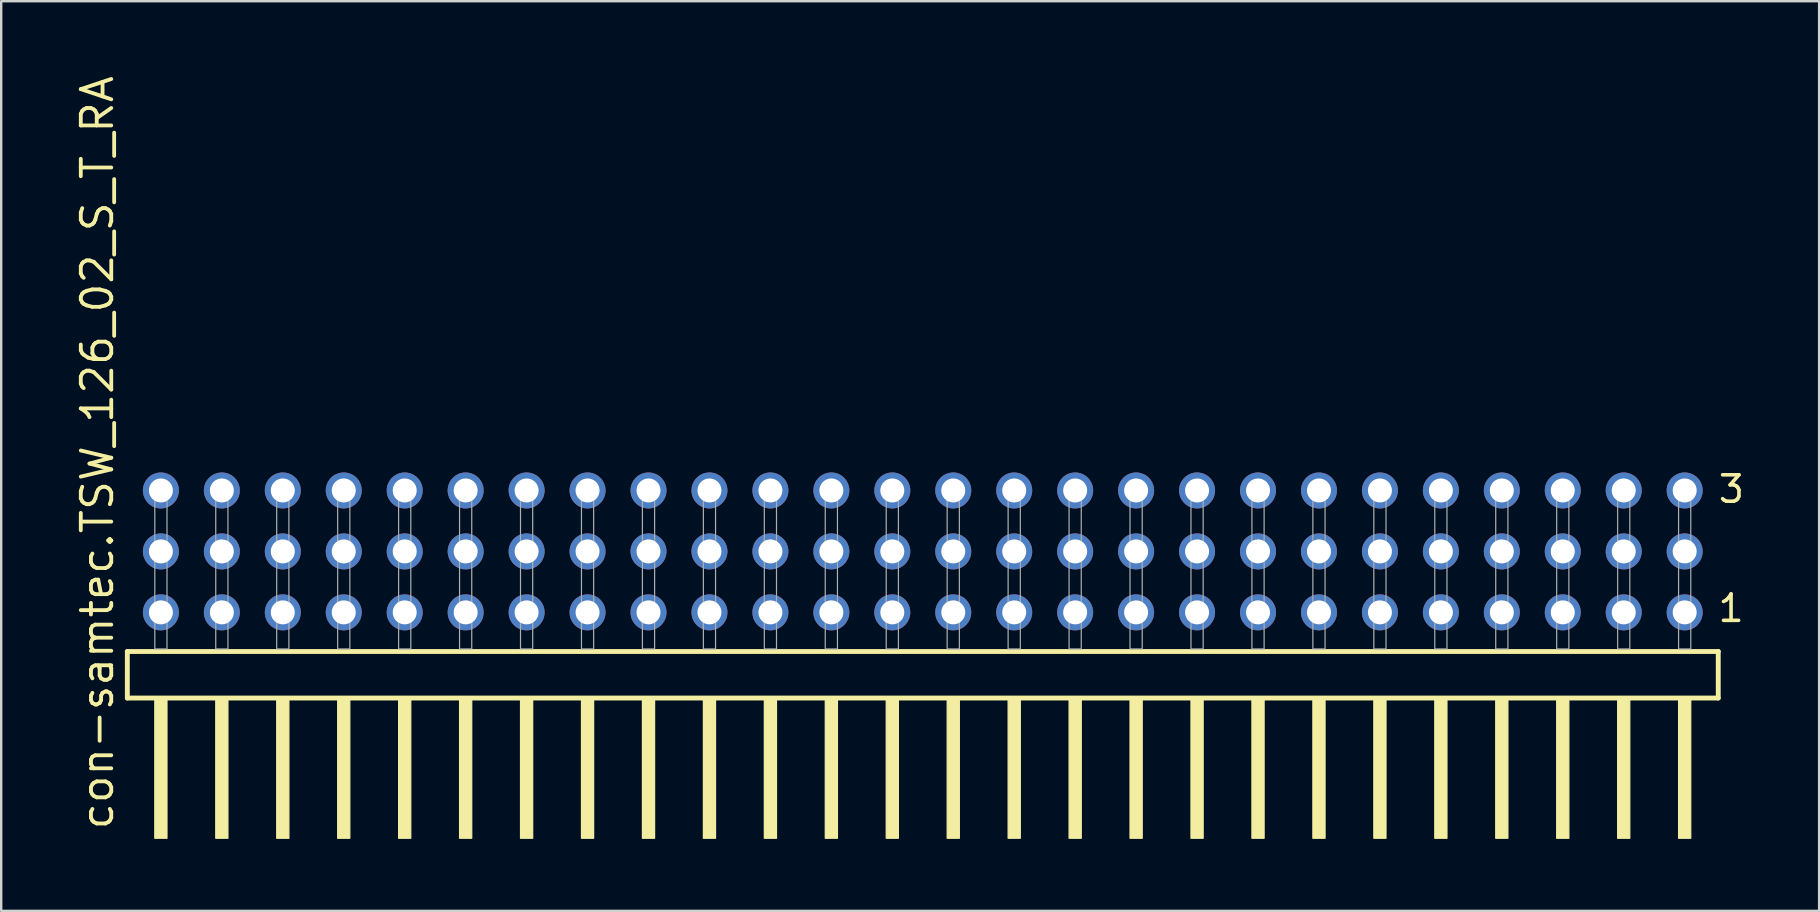
<source format=kicad_pcb>
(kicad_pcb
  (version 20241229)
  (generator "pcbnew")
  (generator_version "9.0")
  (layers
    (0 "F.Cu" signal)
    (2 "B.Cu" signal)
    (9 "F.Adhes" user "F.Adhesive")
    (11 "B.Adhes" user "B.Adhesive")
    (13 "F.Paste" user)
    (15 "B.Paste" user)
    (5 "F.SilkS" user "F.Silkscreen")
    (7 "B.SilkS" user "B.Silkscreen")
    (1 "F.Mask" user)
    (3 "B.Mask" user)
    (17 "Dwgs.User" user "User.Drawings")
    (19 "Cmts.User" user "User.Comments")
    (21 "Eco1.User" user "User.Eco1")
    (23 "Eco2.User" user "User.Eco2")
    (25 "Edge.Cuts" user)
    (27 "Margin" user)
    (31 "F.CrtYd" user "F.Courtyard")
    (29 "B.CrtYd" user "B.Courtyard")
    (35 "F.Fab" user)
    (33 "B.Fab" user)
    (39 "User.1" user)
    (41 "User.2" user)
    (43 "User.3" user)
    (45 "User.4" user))
  (footprint "con-samtec.TSW_126_02_S_T_RA"
    (layer "F.Cu")
    (at 35.405 23.993)
    (property "Reference" "con-samtec.TSW_126_02_S_T_RA" (at -33.655 7.62 90) (layer "F.SilkS") (effects (font (size 1.27 1.27) (thickness 0.16)) (justify left bottom)))
    (attr through_hole)
    (fp_line (start -33.149 0.106) (end -33.149 2.046) (stroke (width 0.203) (type default)) (layer "F.SilkS"))
    (fp_line (start -33.149 2.046) (end 33.149 2.046) (stroke (width 0.203) (type default)) (layer "F.SilkS"))
    (fp_line (start 33.149 0.106) (end -33.149 0.106) (stroke (width 0.203) (type default)) (layer "F.SilkS"))
    (fp_line (start 33.149 2.046) (end 33.149 0.106) (stroke (width 0.203) (type default)) (layer "F.SilkS"))
    (fp_rect (start -32.004 7.89) (end -31.496 2.04) (stroke (width 0.05) (type default)) (fill yes) (layer "F.SilkS"))
    (fp_rect (start -29.464 7.89) (end -28.956 2.04) (stroke (width 0.05) (type default)) (fill yes) (layer "F.SilkS"))
    (fp_rect (start -26.924 7.89) (end -26.416 2.04) (stroke (width 0.05) (type default)) (fill yes) (layer "F.SilkS"))
    (fp_rect (start -24.384 7.89) (end -23.876 2.04) (stroke (width 0.05) (type default)) (fill yes) (layer "F.SilkS"))
    (fp_rect (start -21.844 7.89) (end -21.336 2.04) (stroke (width 0.05) (type default)) (fill yes) (layer "F.SilkS"))
    (fp_rect (start -19.304 7.89) (end -18.796 2.04) (stroke (width 0.05) (type default)) (fill yes) (layer "F.SilkS"))
    (fp_rect (start -16.764 7.89) (end -16.256 2.04) (stroke (width 0.05) (type default)) (fill yes) (layer "F.SilkS"))
    (fp_rect (start -14.224 7.89) (end -13.716 2.04) (stroke (width 0.05) (type default)) (fill yes) (layer "F.SilkS"))
    (fp_rect (start -11.684 7.89) (end -11.176 2.04) (stroke (width 0.05) (type default)) (fill yes) (layer "F.SilkS"))
    (fp_rect (start -9.144 7.89) (end -8.636 2.04) (stroke (width 0.05) (type default)) (fill yes) (layer "F.SilkS"))
    (fp_rect (start -6.604 7.89) (end -6.096 2.04) (stroke (width 0.05) (type default)) (fill yes) (layer "F.SilkS"))
    (fp_rect (start -4.064 7.89) (end -3.556 2.04) (stroke (width 0.05) (type default)) (fill yes) (layer "F.SilkS"))
    (fp_rect (start -1.524 7.89) (end -1.016 2.04) (stroke (width 0.05) (type default)) (fill yes) (layer "F.SilkS"))
    (fp_rect (start 1.016 7.89) (end 1.524 2.04) (stroke (width 0.05) (type default)) (fill yes) (layer "F.SilkS"))
    (fp_rect (start 3.556 7.89) (end 4.064 2.04) (stroke (width 0.05) (type default)) (fill yes) (layer "F.SilkS"))
    (fp_rect (start 6.096 7.89) (end 6.604 2.04) (stroke (width 0.05) (type default)) (fill yes) (layer "F.SilkS"))
    (fp_rect (start 8.636 7.89) (end 9.144 2.04) (stroke (width 0.05) (type default)) (fill yes) (layer "F.SilkS"))
    (fp_rect (start 11.176 7.89) (end 11.684 2.04) (stroke (width 0.05) (type default)) (fill yes) (layer "F.SilkS"))
    (fp_rect (start 13.716 7.89) (end 14.224 2.04) (stroke (width 0.05) (type default)) (fill yes) (layer "F.SilkS"))
    (fp_rect (start 16.256 7.89) (end 16.764 2.04) (stroke (width 0.05) (type default)) (fill yes) (layer "F.SilkS"))
    (fp_rect (start 18.796 7.89) (end 19.304 2.04) (stroke (width 0.05) (type default)) (fill yes) (layer "F.SilkS"))
    (fp_rect (start 21.336 7.89) (end 21.844 2.04) (stroke (width 0.05) (type default)) (fill yes) (layer "F.SilkS"))
    (fp_rect (start 23.876 7.89) (end 24.384 2.04) (stroke (width 0.05) (type default)) (fill yes) (layer "F.SilkS"))
    (fp_rect (start 26.416 7.89) (end 26.924 2.04) (stroke (width 0.05) (type default)) (fill yes) (layer "F.SilkS"))
    (fp_rect (start 28.956 7.89) (end 29.464 2.04) (stroke (width 0.05) (type default)) (fill yes) (layer "F.SilkS"))
    (fp_rect (start 31.496 7.89) (end 32.004 2.04) (stroke (width 0.05) (type default)) (fill yes) (layer "F.SilkS"))
    (fp_rect (start -32.004 0) (end -31.496 -6.858) (stroke (width 0.05) (type default)) (fill no) (layer "F.Fab"))
    (fp_rect (start -29.464 0) (end -28.956 -6.858) (stroke (width 0.05) (type default)) (fill no) (layer "F.Fab"))
    (fp_rect (start -26.924 0) (end -26.416 -6.858) (stroke (width 0.05) (type default)) (fill no) (layer "F.Fab"))
    (fp_rect (start -24.384 0) (end -23.876 -6.858) (stroke (width 0.05) (type default)) (fill no) (layer "F.Fab"))
    (fp_rect (start -21.844 0) (end -21.336 -6.858) (stroke (width 0.05) (type default)) (fill no) (layer "F.Fab"))
    (fp_rect (start -19.304 0) (end -18.796 -6.858) (stroke (width 0.05) (type default)) (fill no) (layer "F.Fab"))
    (fp_rect (start -16.764 0) (end -16.256 -6.858) (stroke (width 0.05) (type default)) (fill no) (layer "F.Fab"))
    (fp_rect (start -14.224 0) (end -13.716 -6.858) (stroke (width 0.05) (type default)) (fill no) (layer "F.Fab"))
    (fp_rect (start -11.684 0) (end -11.176 -6.858) (stroke (width 0.05) (type default)) (fill no) (layer "F.Fab"))
    (fp_rect (start -9.144 0) (end -8.636 -6.858) (stroke (width 0.05) (type default)) (fill no) (layer "F.Fab"))
    (fp_rect (start -6.604 0) (end -6.096 -6.858) (stroke (width 0.05) (type default)) (fill no) (layer "F.Fab"))
    (fp_rect (start -4.064 0) (end -3.556 -6.858) (stroke (width 0.05) (type default)) (fill no) (layer "F.Fab"))
    (fp_rect (start -1.524 0) (end -1.016 -6.858) (stroke (width 0.05) (type default)) (fill no) (layer "F.Fab"))
    (fp_rect (start 1.016 0) (end 1.524 -6.858) (stroke (width 0.05) (type default)) (fill no) (layer "F.Fab"))
    (fp_rect (start 3.556 0) (end 4.064 -6.858) (stroke (width 0.05) (type default)) (fill no) (layer "F.Fab"))
    (fp_rect (start 6.096 0) (end 6.604 -6.858) (stroke (width 0.05) (type default)) (fill no) (layer "F.Fab"))
    (fp_rect (start 8.636 0) (end 9.144 -6.858) (stroke (width 0.05) (type default)) (fill no) (layer "F.Fab"))
    (fp_rect (start 11.176 0) (end 11.684 -6.858) (stroke (width 0.05) (type default)) (fill no) (layer "F.Fab"))
    (fp_rect (start 13.716 0) (end 14.224 -6.858) (stroke (width 0.05) (type default)) (fill no) (layer "F.Fab"))
    (fp_rect (start 16.256 0) (end 16.764 -6.858) (stroke (width 0.05) (type default)) (fill no) (layer "F.Fab"))
    (fp_rect (start 18.796 0) (end 19.304 -6.858) (stroke (width 0.05) (type default)) (fill no) (layer "F.Fab"))
    (fp_rect (start 21.336 0) (end 21.844 -6.858) (stroke (width 0.05) (type default)) (fill no) (layer "F.Fab"))
    (fp_rect (start 23.876 0) (end 24.384 -6.858) (stroke (width 0.05) (type default)) (fill no) (layer "F.Fab"))
    (fp_rect (start 26.416 0) (end 26.924 -6.858) (stroke (width 0.05) (type default)) (fill no) (layer "F.Fab"))
    (fp_rect (start 28.956 0) (end 29.464 -6.858) (stroke (width 0.05) (type default)) (fill no) (layer "F.Fab"))
    (fp_rect (start 31.496 0) (end 32.004 -6.858) (stroke (width 0.05) (type default)) (fill no) (layer "F.Fab"))
    (fp_text user "3" (at 33.075 -6.015 0) (layer "F.SilkS") (effects (font (size 1.1 1.1) (thickness 0.15)) (justify left bottom)))
    (fp_text user "1" (at 33.06 -1.05 0) (layer "F.SilkS") (effects (font (size 1.1 1.1) (thickness 0.15)) (justify left bottom)))
    (pad "1" thru_hole circle (at 31.75 -1.524 180) (size 1.5 1.5) (drill 1) (layers "*.Cu" "*.Mask"))
    (pad "2" thru_hole circle (at 31.75 -4.064 180) (size 1.5 1.5) (drill 1) (layers "*.Cu" "*.Mask"))
    (pad "3" thru_hole circle (at 31.75 -6.604 180) (size 1.5 1.5) (drill 1) (layers "*.Cu" "*.Mask"))
    (pad "4" thru_hole circle (at 29.21 -1.524 180) (size 1.5 1.5) (drill 1) (layers "*.Cu" "*.Mask"))
    (pad "5" thru_hole circle (at 29.21 -4.064 180) (size 1.5 1.5) (drill 1) (layers "*.Cu" "*.Mask"))
    (pad "6" thru_hole circle (at 29.21 -6.604 180) (size 1.5 1.5) (drill 1) (layers "*.Cu" "*.Mask"))
    (pad "7" thru_hole circle (at 26.67 -1.524 180) (size 1.5 1.5) (drill 1) (layers "*.Cu" "*.Mask"))
    (pad "8" thru_hole circle (at 26.67 -4.064 180) (size 1.5 1.5) (drill 1) (layers "*.Cu" "*.Mask"))
    (pad "9" thru_hole circle (at 26.67 -6.604 180) (size 1.5 1.5) (drill 1) (layers "*.Cu" "*.Mask"))
    (pad "10" thru_hole circle (at 24.13 -1.524 180) (size 1.5 1.5) (drill 1) (layers "*.Cu" "*.Mask"))
    (pad "11" thru_hole circle (at 24.13 -4.064 180) (size 1.5 1.5) (drill 1) (layers "*.Cu" "*.Mask"))
    (pad "12" thru_hole circle (at 24.13 -6.604 180) (size 1.5 1.5) (drill 1) (layers "*.Cu" "*.Mask"))
    (pad "13" thru_hole circle (at 21.59 -1.524 180) (size 1.5 1.5) (drill 1) (layers "*.Cu" "*.Mask"))
    (pad "14" thru_hole circle (at 21.59 -4.064 180) (size 1.5 1.5) (drill 1) (layers "*.Cu" "*.Mask"))
    (pad "15" thru_hole circle (at 21.59 -6.604 180) (size 1.5 1.5) (drill 1) (layers "*.Cu" "*.Mask"))
    (pad "16" thru_hole circle (at 19.05 -1.524 180) (size 1.5 1.5) (drill 1) (layers "*.Cu" "*.Mask"))
    (pad "17" thru_hole circle (at 19.05 -4.064 180) (size 1.5 1.5) (drill 1) (layers "*.Cu" "*.Mask"))
    (pad "18" thru_hole circle (at 19.05 -6.604 180) (size 1.5 1.5) (drill 1) (layers "*.Cu" "*.Mask"))
    (pad "19" thru_hole circle (at 16.51 -1.524 180) (size 1.5 1.5) (drill 1) (layers "*.Cu" "*.Mask"))
    (pad "20" thru_hole circle (at 16.51 -4.064 180) (size 1.5 1.5) (drill 1) (layers "*.Cu" "*.Mask"))
    (pad "21" thru_hole circle (at 16.51 -6.604 180) (size 1.5 1.5) (drill 1) (layers "*.Cu" "*.Mask"))
    (pad "22" thru_hole circle (at 13.97 -1.524 180) (size 1.5 1.5) (drill 1) (layers "*.Cu" "*.Mask"))
    (pad "23" thru_hole circle (at 13.97 -4.064 180) (size 1.5 1.5) (drill 1) (layers "*.Cu" "*.Mask"))
    (pad "24" thru_hole circle (at 13.97 -6.604 180) (size 1.5 1.5) (drill 1) (layers "*.Cu" "*.Mask"))
    (pad "25" thru_hole circle (at 11.43 -1.524 180) (size 1.5 1.5) (drill 1) (layers "*.Cu" "*.Mask"))
    (pad "26" thru_hole circle (at 11.43 -4.064 180) (size 1.5 1.5) (drill 1) (layers "*.Cu" "*.Mask"))
    (pad "27" thru_hole circle (at 11.43 -6.604 180) (size 1.5 1.5) (drill 1) (layers "*.Cu" "*.Mask"))
    (pad "28" thru_hole circle (at 8.89 -1.524 180) (size 1.5 1.5) (drill 1) (layers "*.Cu" "*.Mask"))
    (pad "29" thru_hole circle (at 8.89 -4.064 180) (size 1.5 1.5) (drill 1) (layers "*.Cu" "*.Mask"))
    (pad "30" thru_hole circle (at 8.89 -6.604 180) (size 1.5 1.5) (drill 1) (layers "*.Cu" "*.Mask"))
    (pad "31" thru_hole circle (at 6.35 -1.524 180) (size 1.5 1.5) (drill 1) (layers "*.Cu" "*.Mask"))
    (pad "32" thru_hole circle (at 6.35 -4.064 180) (size 1.5 1.5) (drill 1) (layers "*.Cu" "*.Mask"))
    (pad "33" thru_hole circle (at 6.35 -6.604 180) (size 1.5 1.5) (drill 1) (layers "*.Cu" "*.Mask"))
    (pad "34" thru_hole circle (at 3.81 -1.524 180) (size 1.5 1.5) (drill 1) (layers "*.Cu" "*.Mask"))
    (pad "35" thru_hole circle (at 3.81 -4.064 180) (size 1.5 1.5) (drill 1) (layers "*.Cu" "*.Mask"))
    (pad "36" thru_hole circle (at 3.81 -6.604 180) (size 1.5 1.5) (drill 1) (layers "*.Cu" "*.Mask"))
    (pad "37" thru_hole circle (at 1.27 -1.524 180) (size 1.5 1.5) (drill 1) (layers "*.Cu" "*.Mask"))
    (pad "38" thru_hole circle (at 1.27 -4.064 180) (size 1.5 1.5) (drill 1) (layers "*.Cu" "*.Mask"))
    (pad "39" thru_hole circle (at 1.27 -6.604 180) (size 1.5 1.5) (drill 1) (layers "*.Cu" "*.Mask"))
    (pad "40" thru_hole circle (at -1.27 -1.524 180) (size 1.5 1.5) (drill 1) (layers "*.Cu" "*.Mask"))
    (pad "41" thru_hole circle (at -1.27 -4.064 180) (size 1.5 1.5) (drill 1) (layers "*.Cu" "*.Mask"))
    (pad "42" thru_hole circle (at -1.27 -6.604 180) (size 1.5 1.5) (drill 1) (layers "*.Cu" "*.Mask"))
    (pad "43" thru_hole circle (at -3.81 -1.524 180) (size 1.5 1.5) (drill 1) (layers "*.Cu" "*.Mask"))
    (pad "44" thru_hole circle (at -3.81 -4.064 180) (size 1.5 1.5) (drill 1) (layers "*.Cu" "*.Mask"))
    (pad "45" thru_hole circle (at -3.81 -6.604 180) (size 1.5 1.5) (drill 1) (layers "*.Cu" "*.Mask"))
    (pad "46" thru_hole circle (at -6.35 -1.524 180) (size 1.5 1.5) (drill 1) (layers "*.Cu" "*.Mask"))
    (pad "47" thru_hole circle (at -6.35 -4.064 180) (size 1.5 1.5) (drill 1) (layers "*.Cu" "*.Mask"))
    (pad "48" thru_hole circle (at -6.35 -6.604 180) (size 1.5 1.5) (drill 1) (layers "*.Cu" "*.Mask"))
    (pad "49" thru_hole circle (at -8.89 -1.524 180) (size 1.5 1.5) (drill 1) (layers "*.Cu" "*.Mask"))
    (pad "50" thru_hole circle (at -8.89 -4.064 180) (size 1.5 1.5) (drill 1) (layers "*.Cu" "*.Mask"))
    (pad "51" thru_hole circle (at -8.89 -6.604 180) (size 1.5 1.5) (drill 1) (layers "*.Cu" "*.Mask"))
    (pad "52" thru_hole circle (at -11.43 -1.524 180) (size 1.5 1.5) (drill 1) (layers "*.Cu" "*.Mask"))
    (pad "53" thru_hole circle (at -11.43 -4.064 180) (size 1.5 1.5) (drill 1) (layers "*.Cu" "*.Mask"))
    (pad "54" thru_hole circle (at -11.43 -6.604 180) (size 1.5 1.5) (drill 1) (layers "*.Cu" "*.Mask"))
    (pad "55" thru_hole circle (at -13.97 -1.524 180) (size 1.5 1.5) (drill 1) (layers "*.Cu" "*.Mask"))
    (pad "56" thru_hole circle (at -13.97 -4.064 180) (size 1.5 1.5) (drill 1) (layers "*.Cu" "*.Mask"))
    (pad "57" thru_hole circle (at -13.97 -6.604 180) (size 1.5 1.5) (drill 1) (layers "*.Cu" "*.Mask"))
    (pad "58" thru_hole circle (at -16.51 -1.524 180) (size 1.5 1.5) (drill 1) (layers "*.Cu" "*.Mask"))
    (pad "59" thru_hole circle (at -16.51 -4.064 180) (size 1.5 1.5) (drill 1) (layers "*.Cu" "*.Mask"))
    (pad "60" thru_hole circle (at -16.51 -6.604 180) (size 1.5 1.5) (drill 1) (layers "*.Cu" "*.Mask"))
    (pad "61" thru_hole circle (at -19.05 -1.524 180) (size 1.5 1.5) (drill 1) (layers "*.Cu" "*.Mask"))
    (pad "62" thru_hole circle (at -19.05 -4.064 180) (size 1.5 1.5) (drill 1) (layers "*.Cu" "*.Mask"))
    (pad "63" thru_hole circle (at -19.05 -6.604 180) (size 1.5 1.5) (drill 1) (layers "*.Cu" "*.Mask"))
    (pad "64" thru_hole circle (at -21.59 -1.524 180) (size 1.5 1.5) (drill 1) (layers "*.Cu" "*.Mask"))
    (pad "65" thru_hole circle (at -21.59 -4.064 180) (size 1.5 1.5) (drill 1) (layers "*.Cu" "*.Mask"))
    (pad "66" thru_hole circle (at -21.59 -6.604 180) (size 1.5 1.5) (drill 1) (layers "*.Cu" "*.Mask"))
    (pad "67" thru_hole circle (at -24.13 -1.524 180) (size 1.5 1.5) (drill 1) (layers "*.Cu" "*.Mask"))
    (pad "68" thru_hole circle (at -24.13 -4.064 180) (size 1.5 1.5) (drill 1) (layers "*.Cu" "*.Mask"))
    (pad "69" thru_hole circle (at -24.13 -6.604 180) (size 1.5 1.5) (drill 1) (layers "*.Cu" "*.Mask"))
    (pad "70" thru_hole circle (at -26.67 -1.524 180) (size 1.5 1.5) (drill 1) (layers "*.Cu" "*.Mask"))
    (pad "71" thru_hole circle (at -26.67 -4.064 180) (size 1.5 1.5) (drill 1) (layers "*.Cu" "*.Mask"))
    (pad "72" thru_hole circle (at -26.67 -6.604 180) (size 1.5 1.5) (drill 1) (layers "*.Cu" "*.Mask"))
    (pad "73" thru_hole circle (at -29.21 -1.524 180) (size 1.5 1.5) (drill 1) (layers "*.Cu" "*.Mask"))
    (pad "74" thru_hole circle (at -29.21 -4.064 180) (size 1.5 1.5) (drill 1) (layers "*.Cu" "*.Mask"))
    (pad "75" thru_hole circle (at -29.21 -6.604 180) (size 1.5 1.5) (drill 1) (layers "*.Cu" "*.Mask"))
    (pad "76" thru_hole circle (at -31.75 -1.524 180) (size 1.5 1.5) (drill 1) (layers "*.Cu" "*.Mask"))
    (pad "77" thru_hole circle (at -31.75 -4.064 180) (size 1.5 1.5) (drill 1) (layers "*.Cu" "*.Mask"))
    (pad "78" thru_hole circle (at -31.75 -6.604 180) (size 1.5 1.5) (drill 1) (layers "*.Cu" "*.Mask")))
  (gr_rect
    (start -3 -3)
    (end 72.758 34.908)
    (stroke (width 0.1) (type default))
    (fill no)
    (layer "Edge.Cuts")))
</source>
